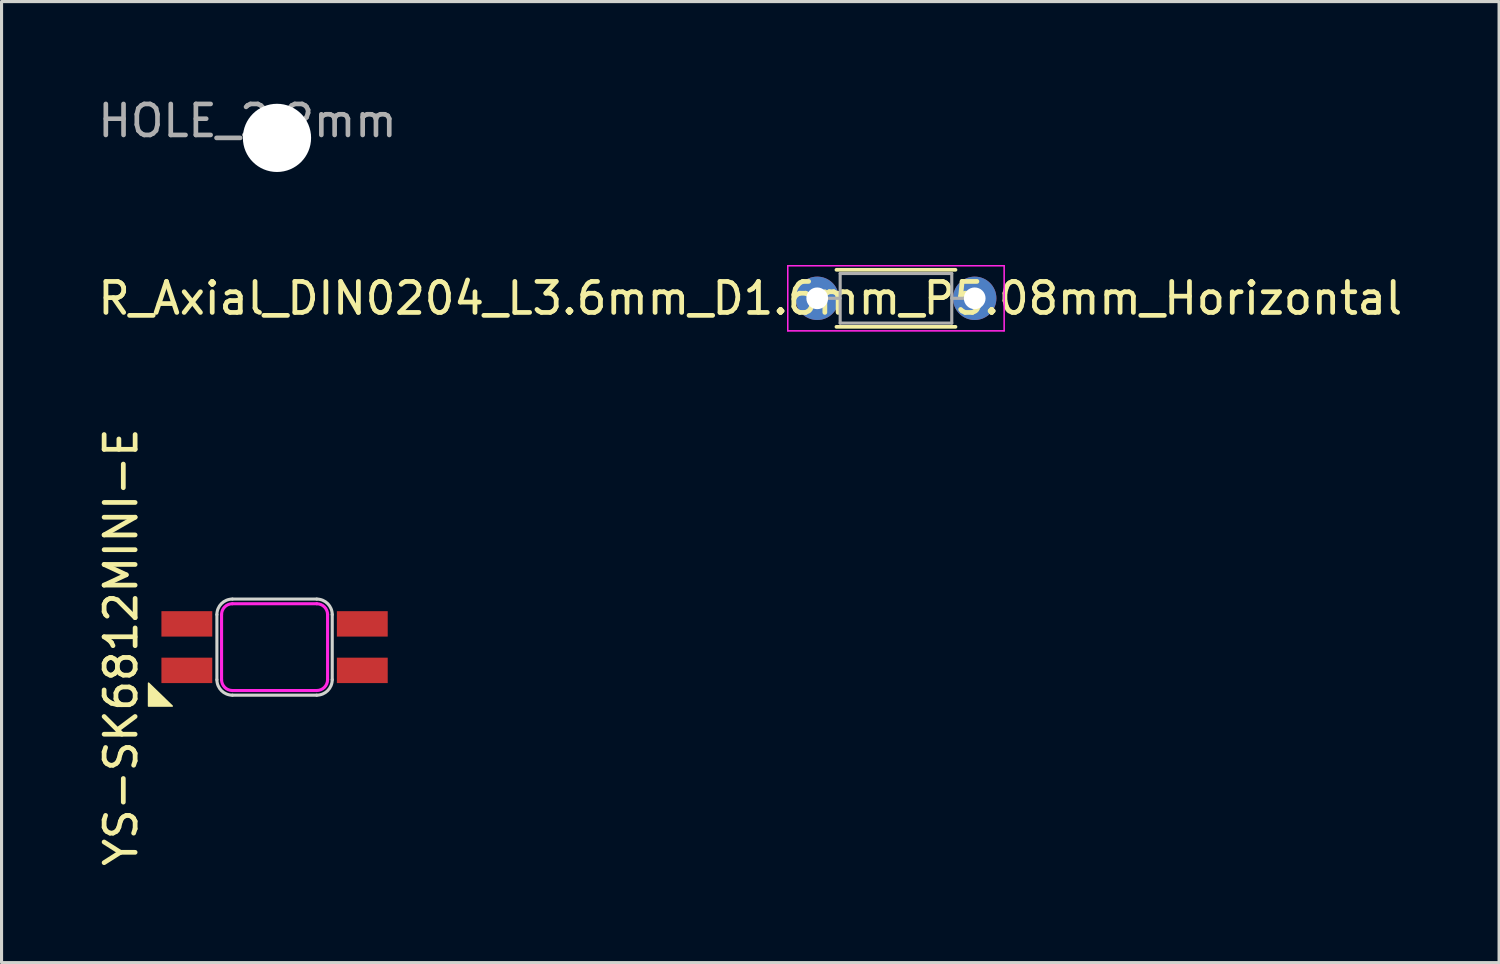
<source format=kicad_pcb>
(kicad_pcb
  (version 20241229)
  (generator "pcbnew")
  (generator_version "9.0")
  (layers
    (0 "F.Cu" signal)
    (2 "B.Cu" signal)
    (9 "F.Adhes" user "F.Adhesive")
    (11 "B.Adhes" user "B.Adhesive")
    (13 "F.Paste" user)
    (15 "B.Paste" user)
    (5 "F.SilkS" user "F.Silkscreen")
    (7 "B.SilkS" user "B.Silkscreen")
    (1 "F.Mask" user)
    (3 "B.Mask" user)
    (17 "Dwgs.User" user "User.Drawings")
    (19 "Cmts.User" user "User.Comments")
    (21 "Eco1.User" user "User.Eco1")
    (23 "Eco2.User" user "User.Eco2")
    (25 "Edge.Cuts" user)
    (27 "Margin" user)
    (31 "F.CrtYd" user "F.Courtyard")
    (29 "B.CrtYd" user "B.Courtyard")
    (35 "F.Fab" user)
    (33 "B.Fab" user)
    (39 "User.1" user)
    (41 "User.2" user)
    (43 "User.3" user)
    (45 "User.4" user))
  (footprint "YS-SK6812MINI-E"
    (layer "F.Cu")
    (at 5.807 17.825)
    (property "Reference" "YS-SK6812MINI-E" (at -4.953 0 90) (layer "F.SilkS") (effects (font (size 1 1) (thickness 0.153) (bold yes))))
    (attr smd)
    (fp_poly (pts (xy -4.064 1.163) (xy -4.064 1.901) (xy -3.302 1.901)) (stroke (width 0.05) (type solid)) (fill yes) (layer "F.SilkS"))
    (fp_line (start -1.86 -1.05) (end -1.86 1.05) (stroke (width 0.1) (type solid)) (layer "Edge.Cuts"))
    (fp_line (start -1.36 1.55) (end 1.36 1.55) (stroke (width 0.1) (type solid)) (layer "Edge.Cuts"))
    (fp_line (start 1.36 -1.55) (end -1.36 -1.55) (stroke (width 0.1) (type solid)) (layer "Edge.Cuts"))
    (fp_line (start 1.86 1.05) (end 1.86 -1.05) (stroke (width 0.1) (type solid)) (layer "Edge.Cuts"))
    (fp_arc (start -1.86 -1.05) (mid -1.713553 -1.403553) (end -1.36 -1.55) (stroke (width 0.1) (type default)) (layer "Edge.Cuts"))
    (fp_arc (start -1.36 1.55) (mid -1.713553 1.403553) (end -1.86 1.05) (stroke (width 0.1) (type default)) (layer "Edge.Cuts"))
    (fp_arc (start 1.36 -1.55) (mid 1.713553 -1.403553) (end 1.86 -1.05) (stroke (width 0.1) (type default)) (layer "Edge.Cuts"))
    (fp_arc (start 1.86 1.05) (mid 1.713553 1.403553) (end 1.36 1.55) (stroke (width 0.1) (type default)) (layer "Edge.Cuts"))
    (fp_line (start -1.71 -1.05) (end -1.71 1.05) (stroke (width 0.1) (type solid)) (layer "F.CrtYd"))
    (fp_line (start -1.36 -1.4) (end 1.36 -1.4) (stroke (width 0.1) (type solid)) (layer "F.CrtYd"))
    (fp_line (start -1.36 1.4) (end 1.36 1.4) (stroke (width 0.1) (type solid)) (layer "F.CrtYd"))
    (fp_line (start 1.71 -1.05) (end 1.71 1.05) (stroke (width 0.1) (type solid)) (layer "F.CrtYd"))
    (fp_arc (start -1.71 -1.05) (mid -1.607487 -1.297487) (end -1.36 -1.4) (stroke (width 0.1) (type default)) (layer "F.CrtYd"))
    (fp_arc (start -1.36 1.4) (mid -1.607487 1.297487) (end -1.71 1.05) (stroke (width 0.1) (type default)) (layer "F.CrtYd"))
    (fp_arc (start 1.36 -1.4) (mid 1.607487 -1.297487) (end 1.71 -1.05) (stroke (width 0.1) (type default)) (layer "F.CrtYd"))
    (fp_arc (start 1.71 1.05) (mid 1.607487 1.297487) (end 1.36 1.4) (stroke (width 0.1) (type default)) (layer "F.CrtYd"))
    (pad "1" smd rect (at 2.83 -0.75) (size 1.64 0.82) (layers "F.Cu" "F.Mask" "F.Paste"))
    (pad "2" smd rect (at 2.83 0.75) (size 1.64 0.82) (layers "F.Cu" "F.Mask" "F.Paste"))
    (pad "3" smd rect (at -2.83 0.75) (size 1.64 0.82) (layers "F.Cu" "F.Mask" "F.Paste"))
    (pad "4" smd rect (at -2.83 -0.75) (size 1.64 0.82) (layers "F.Cu" "F.Mask" "F.Paste")))
  (footprint "HOLE_2.2mm"
    (layer "F.Cu")
    (at 5.885 1.398)
    (property "Reference" "HOLE_2.2mm" (at -0.95 -0.55 0) (layer "F.Fab") (effects (font (size 1 1) (thickness 0.15))))
    (attr exclude_from_pos_files exclude_from_bom)
    (pad "" np_thru_hole circle (at 0 0) (size 2.2 2.2) (drill 2.2) (layers "*.Cu" "*.Mask")))
  (footprint "R_Axial_DIN0204_L3.6mm_D1.6mm_P5.08mm_Horizontal"
    (layer "F.Cu")
    (at 23.312 6.573)
    (property "Reference" "R_Axial_DIN0204_L3.6mm_D1.6mm_P5.08mm_Horizontal" (at -2.159 0 0) (layer "F.SilkS") (effects (font (size 1 1) (thickness 0.153))))
    (attr through_hole)
    (fp_line (start 0.62 -0.92) (end 4.46 -0.92) (stroke (width 0.12) (type solid)) (layer "F.SilkS"))
    (fp_line (start 0.62 0.92) (end 4.46 0.92) (stroke (width 0.12) (type solid)) (layer "F.SilkS"))
    (fp_line (start -0.95 -1.05) (end -0.95 1.05) (stroke (width 0.05) (type solid)) (layer "F.CrtYd"))
    (fp_line (start -0.95 1.05) (end 6.03 1.05) (stroke (width 0.05) (type solid)) (layer "F.CrtYd"))
    (fp_line (start 6.03 -1.05) (end -0.95 -1.05) (stroke (width 0.05) (type solid)) (layer "F.CrtYd"))
    (fp_line (start 6.03 1.05) (end 6.03 -1.05) (stroke (width 0.05) (type solid)) (layer "F.CrtYd"))
    (fp_line (start 0 0) (end 0.74 0) (stroke (width 0.1) (type solid)) (layer "F.Fab"))
    (fp_line (start 0.74 -0.8) (end 0.74 0.8) (stroke (width 0.1) (type solid)) (layer "F.Fab"))
    (fp_line (start 0.74 0.8) (end 4.34 0.8) (stroke (width 0.1) (type solid)) (layer "F.Fab"))
    (fp_line (start 4.34 -0.8) (end 0.74 -0.8) (stroke (width 0.1) (type solid)) (layer "F.Fab"))
    (fp_line (start 4.34 0.8) (end 4.34 -0.8) (stroke (width 0.1) (type solid)) (layer "F.Fab"))
    (fp_line (start 5.08 0) (end 4.34 0) (stroke (width 0.1) (type solid)) (layer "F.Fab"))
    (pad "1" thru_hole circle (at 0 0) (size 1.4 1.4) (drill 0.7) (layers "*.Cu" "*.Mask"))
    (pad "2" thru_hole oval (at 5.08 0) (size 1.4 1.4) (drill 0.7) (layers "*.Cu" "*.Mask")))
  (gr_rect
    (start -3 -3)
    (end 45.307 28.002)
    (stroke (width 0.1) (type default))
    (fill no)
    (layer "Edge.Cuts")))
</source>
